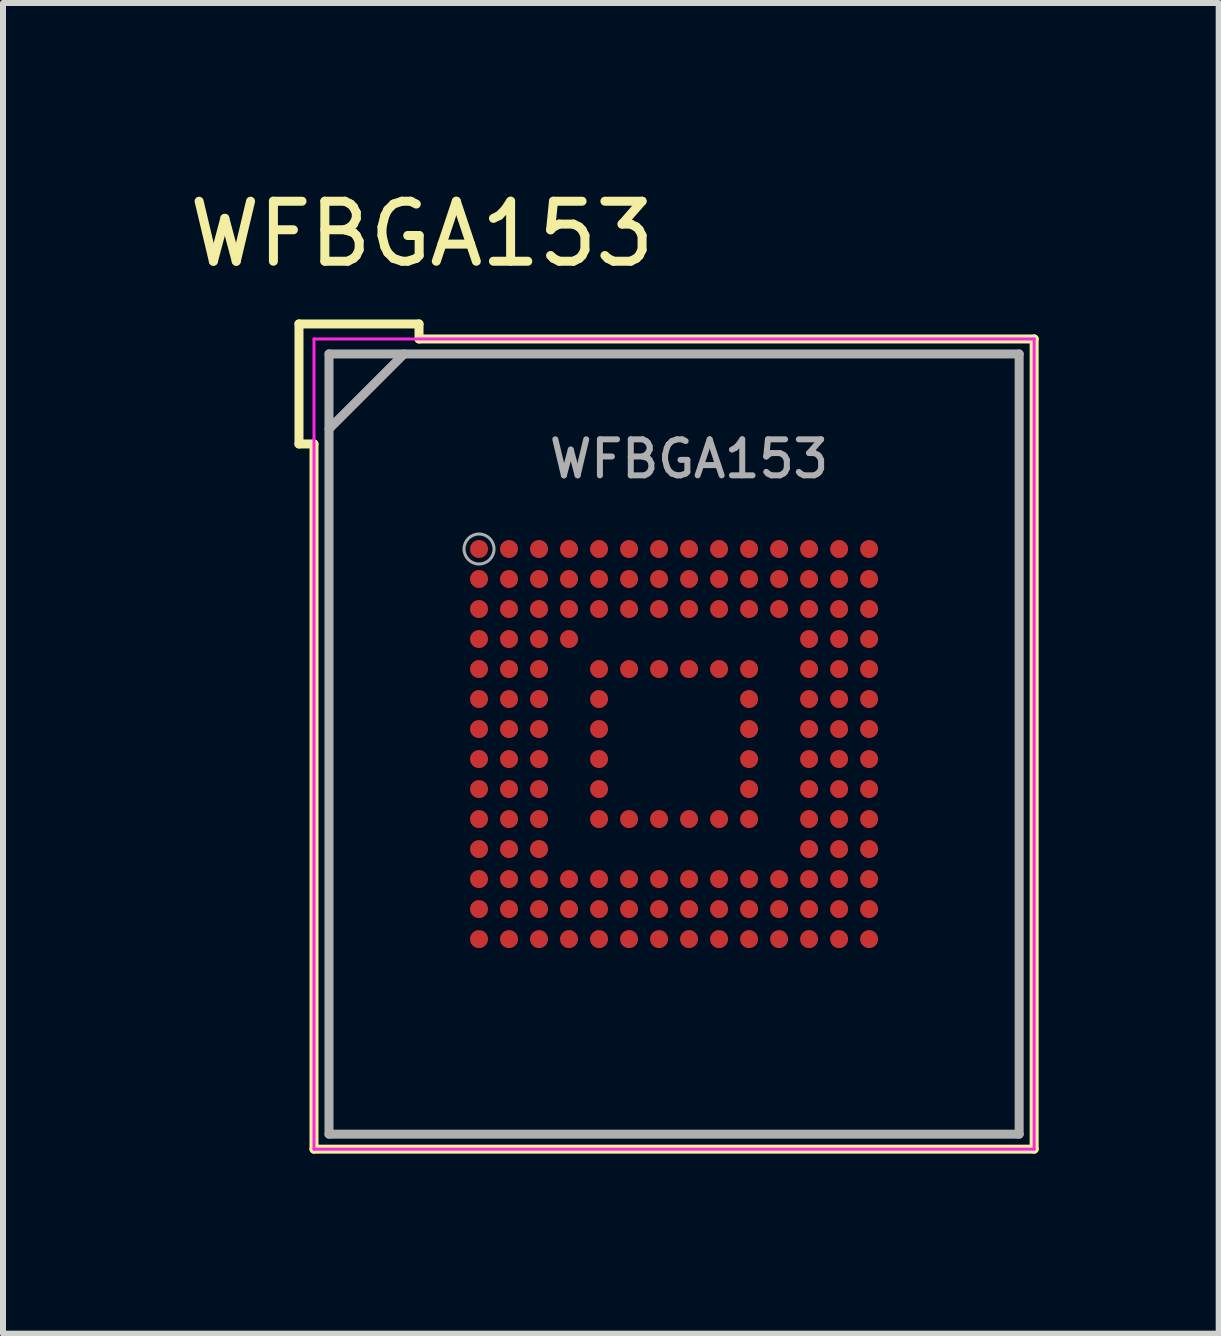
<source format=kicad_pcb>
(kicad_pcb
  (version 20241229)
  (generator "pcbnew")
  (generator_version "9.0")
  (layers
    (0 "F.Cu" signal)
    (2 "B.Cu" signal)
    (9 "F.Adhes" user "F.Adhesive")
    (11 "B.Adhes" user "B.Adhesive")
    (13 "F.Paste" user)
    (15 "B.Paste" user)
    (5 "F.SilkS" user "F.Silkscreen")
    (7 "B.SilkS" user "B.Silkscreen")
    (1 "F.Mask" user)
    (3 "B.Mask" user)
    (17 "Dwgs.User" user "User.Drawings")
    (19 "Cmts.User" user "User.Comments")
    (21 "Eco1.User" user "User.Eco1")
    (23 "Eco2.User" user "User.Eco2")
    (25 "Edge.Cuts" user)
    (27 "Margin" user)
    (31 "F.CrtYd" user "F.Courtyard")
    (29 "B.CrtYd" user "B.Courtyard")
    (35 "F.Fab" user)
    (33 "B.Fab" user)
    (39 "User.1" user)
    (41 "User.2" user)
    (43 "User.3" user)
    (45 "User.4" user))
  (footprint "WFBGA153"
    (layer "F.Cu")
    (at 8.182 9.348)
    (property "Reference" "WFBGA153" (at -4.2 -8.5 0) (layer "F.SilkS") (effects (font (size 1 1) (thickness 0.15))))
    (attr smd)
    (fp_line (start -6.25 -7) (end -6.25 -5) (stroke (width 0.15) (type solid)) (layer "F.SilkS"))
    (fp_line (start -6 -5) (end -6.25 -5) (stroke (width 0.15) (type solid)) (layer "F.SilkS"))
    (fp_line (start -6 -5) (end -6 6.75) (stroke (width 0.15) (type solid)) (layer "F.SilkS"))
    (fp_line (start -6 6.75) (end 6 6.75) (stroke (width 0.15) (type solid)) (layer "F.SilkS"))
    (fp_line (start -4.25 -7) (end -6.25 -7) (stroke (width 0.15) (type solid)) (layer "F.SilkS"))
    (fp_line (start -4.25 -6.75) (end -4.25 -7) (stroke (width 0.15) (type solid)) (layer "F.SilkS"))
    (fp_line (start 6 -6.75) (end -4.25 -6.75) (stroke (width 0.15) (type solid)) (layer "F.SilkS"))
    (fp_line (start 6 -6.75) (end 6 6.75) (stroke (width 0.15) (type solid)) (layer "F.SilkS"))
    (fp_line (start -6 -6.75) (end 6 -6.75) (stroke (width 0.05) (type solid)) (layer "F.CrtYd"))
    (fp_line (start -6 6.75) (end -6 -6.75) (stroke (width 0.05) (type solid)) (layer "F.CrtYd"))
    (fp_line (start 6 -6.75) (end 6 6.75) (stroke (width 0.05) (type solid)) (layer "F.CrtYd"))
    (fp_line (start 6 6.75) (end -6 6.75) (stroke (width 0.05) (type solid)) (layer "F.CrtYd"))
    (fp_line (start -5.75 -6.5) (end -5.75 6.5) (stroke (width 0.15) (type solid)) (layer "F.Fab"))
    (fp_line (start -5.75 -5.25) (end -4.5 -6.5) (stroke (width 0.15) (type solid)) (layer "F.Fab"))
    (fp_line (start -5.75 6.5) (end 5.75 6.5) (stroke (width 0.15) (type solid)) (layer "F.Fab"))
    (fp_line (start 5.75 -6.5) (end -5.75 -6.5) (stroke (width 0.15) (type solid)) (layer "F.Fab"))
    (fp_line (start 5.75 -6.5) (end 5.75 6.5) (stroke (width 0.15) (type solid)) (layer "F.Fab"))
    (fp_circle (center -3.25 -3.25) (end -3.5 -3.25) (stroke (width 0.05) (type solid)) (fill no) (layer "F.Fab"))
    (fp_text user "${REFERENCE}" (at 0.25 -4.75 0) (layer "F.Fab") (effects (font (size 0.6 0.6) (thickness 0.1))))
    (pad "A1" smd circle (at -3.25 -3.25) (size 0.3 0.3) (layers "F.Cu" "F.Mask" "F.Paste"))
    (pad "A2" smd circle (at -2.75 -3.25) (size 0.3 0.3) (layers "F.Cu" "F.Mask" "F.Paste"))
    (pad "A3" smd circle (at -2.25 -3.25) (size 0.3 0.3) (layers "F.Cu" "F.Mask" "F.Paste"))
    (pad "A4" smd circle (at -1.75 -3.25) (size 0.3 0.3) (layers "F.Cu" "F.Mask" "F.Paste"))
    (pad "A5" smd circle (at -1.25 -3.25) (size 0.3 0.3) (layers "F.Cu" "F.Mask" "F.Paste"))
    (pad "A6" smd circle (at -0.75 -3.25) (size 0.3 0.3) (layers "F.Cu" "F.Mask" "F.Paste"))
    (pad "A7" smd circle (at -0.25 -3.25) (size 0.3 0.3) (layers "F.Cu" "F.Mask" "F.Paste"))
    (pad "A8" smd circle (at 0.25 -3.25) (size 0.3 0.3) (layers "F.Cu" "F.Mask" "F.Paste"))
    (pad "A9" smd circle (at 0.75 -3.25) (size 0.3 0.3) (layers "F.Cu" "F.Mask" "F.Paste"))
    (pad "A10" smd circle (at 1.25 -3.25) (size 0.3 0.3) (layers "F.Cu" "F.Mask" "F.Paste"))
    (pad "A11" smd circle (at 1.75 -3.25) (size 0.3 0.3) (layers "F.Cu" "F.Mask" "F.Paste"))
    (pad "A12" smd circle (at 2.25 -3.25) (size 0.3 0.3) (layers "F.Cu" "F.Mask" "F.Paste"))
    (pad "A13" smd circle (at 2.75 -3.25) (size 0.3 0.3) (layers "F.Cu" "F.Mask" "F.Paste"))
    (pad "A14" smd circle (at 3.25 -3.25) (size 0.3 0.3) (layers "F.Cu" "F.Mask" "F.Paste"))
    (pad "B1" smd circle (at -3.25 -2.75) (size 0.3 0.3) (layers "F.Cu" "F.Mask" "F.Paste"))
    (pad "B2" smd circle (at -2.75 -2.75) (size 0.3 0.3) (layers "F.Cu" "F.Mask" "F.Paste"))
    (pad "B3" smd circle (at -2.25 -2.75) (size 0.3 0.3) (layers "F.Cu" "F.Mask" "F.Paste"))
    (pad "B4" smd circle (at -1.75 -2.75) (size 0.3 0.3) (layers "F.Cu" "F.Mask" "F.Paste"))
    (pad "B5" smd circle (at -1.25 -2.75) (size 0.3 0.3) (layers "F.Cu" "F.Mask" "F.Paste"))
    (pad "B6" smd circle (at -0.75 -2.75) (size 0.3 0.3) (layers "F.Cu" "F.Mask" "F.Paste"))
    (pad "B7" smd circle (at -0.25 -2.75) (size 0.3 0.3) (layers "F.Cu" "F.Mask" "F.Paste"))
    (pad "B8" smd circle (at 0.25 -2.75) (size 0.3 0.3) (layers "F.Cu" "F.Mask" "F.Paste"))
    (pad "B9" smd circle (at 0.75 -2.75) (size 0.3 0.3) (layers "F.Cu" "F.Mask" "F.Paste"))
    (pad "B10" smd circle (at 1.25 -2.75) (size 0.3 0.3) (layers "F.Cu" "F.Mask" "F.Paste"))
    (pad "B11" smd circle (at 1.75 -2.75) (size 0.3 0.3) (layers "F.Cu" "F.Mask" "F.Paste"))
    (pad "B12" smd circle (at 2.25 -2.75) (size 0.3 0.3) (layers "F.Cu" "F.Mask" "F.Paste"))
    (pad "B13" smd circle (at 2.75 -2.75) (size 0.3 0.3) (layers "F.Cu" "F.Mask" "F.Paste"))
    (pad "B14" smd circle (at 3.25 -2.75) (size 0.3 0.3) (layers "F.Cu" "F.Mask" "F.Paste"))
    (pad "C1" smd circle (at -3.25 -2.25) (size 0.3 0.3) (layers "F.Cu" "F.Mask" "F.Paste"))
    (pad "C2" smd circle (at -2.75 -2.25) (size 0.3 0.3) (layers "F.Cu" "F.Mask" "F.Paste"))
    (pad "C3" smd circle (at -2.25 -2.25) (size 0.3 0.3) (layers "F.Cu" "F.Mask" "F.Paste"))
    (pad "C4" smd circle (at -1.75 -2.25) (size 0.3 0.3) (layers "F.Cu" "F.Mask" "F.Paste"))
    (pad "C5" smd circle (at -1.25 -2.25) (size 0.3 0.3) (layers "F.Cu" "F.Mask" "F.Paste"))
    (pad "C6" smd circle (at -0.75 -2.25) (size 0.3 0.3) (layers "F.Cu" "F.Mask" "F.Paste"))
    (pad "C7" smd circle (at -0.25 -2.25) (size 0.3 0.3) (layers "F.Cu" "F.Mask" "F.Paste"))
    (pad "C8" smd circle (at 0.25 -2.25) (size 0.3 0.3) (layers "F.Cu" "F.Mask" "F.Paste"))
    (pad "C9" smd circle (at 0.75 -2.25) (size 0.3 0.3) (layers "F.Cu" "F.Mask" "F.Paste"))
    (pad "C10" smd circle (at 1.25 -2.25) (size 0.3 0.3) (layers "F.Cu" "F.Mask" "F.Paste"))
    (pad "C11" smd circle (at 1.75 -2.25) (size 0.3 0.3) (layers "F.Cu" "F.Mask" "F.Paste"))
    (pad "C12" smd circle (at 2.25 -2.25) (size 0.3 0.3) (layers "F.Cu" "F.Mask" "F.Paste"))
    (pad "C13" smd circle (at 2.75 -2.25) (size 0.3 0.3) (layers "F.Cu" "F.Mask" "F.Paste"))
    (pad "C14" smd circle (at 3.25 -2.25) (size 0.3 0.3) (layers "F.Cu" "F.Mask" "F.Paste"))
    (pad "D1" smd circle (at -3.25 -1.75) (size 0.3 0.3) (layers "F.Cu" "F.Mask" "F.Paste"))
    (pad "D2" smd circle (at -2.75 -1.75) (size 0.3 0.3) (layers "F.Cu" "F.Mask" "F.Paste"))
    (pad "D3" smd circle (at -2.25 -1.75) (size 0.3 0.3) (layers "F.Cu" "F.Mask" "F.Paste"))
    (pad "D4" smd circle (at -1.75 -1.75) (size 0.3 0.3) (layers "F.Cu" "F.Mask" "F.Paste"))
    (pad "D12" smd circle (at 2.25 -1.75) (size 0.3 0.3) (layers "F.Cu" "F.Mask" "F.Paste"))
    (pad "D13" smd circle (at 2.75 -1.75) (size 0.3 0.3) (layers "F.Cu" "F.Mask" "F.Paste"))
    (pad "D14" smd circle (at 3.25 -1.75) (size 0.3 0.3) (layers "F.Cu" "F.Mask" "F.Paste"))
    (pad "E1" smd circle (at -3.25 -1.25) (size 0.3 0.3) (layers "F.Cu" "F.Mask" "F.Paste"))
    (pad "E2" smd circle (at -2.75 -1.25) (size 0.3 0.3) (layers "F.Cu" "F.Mask" "F.Paste"))
    (pad "E3" smd circle (at -2.25 -1.25) (size 0.3 0.3) (layers "F.Cu" "F.Mask" "F.Paste"))
    (pad "E5" smd circle (at -1.25 -1.25) (size 0.3 0.3) (layers "F.Cu" "F.Mask" "F.Paste"))
    (pad "E6" smd circle (at -0.75 -1.25) (size 0.3 0.3) (layers "F.Cu" "F.Mask" "F.Paste"))
    (pad "E7" smd circle (at -0.25 -1.25) (size 0.3 0.3) (layers "F.Cu" "F.Mask" "F.Paste"))
    (pad "E8" smd circle (at 0.25 -1.25) (size 0.3 0.3) (layers "F.Cu" "F.Mask" "F.Paste"))
    (pad "E9" smd circle (at 0.75 -1.25) (size 0.3 0.3) (layers "F.Cu" "F.Mask" "F.Paste"))
    (pad "E10" smd circle (at 1.25 -1.25) (size 0.3 0.3) (layers "F.Cu" "F.Mask" "F.Paste"))
    (pad "E12" smd circle (at 2.25 -1.25) (size 0.3 0.3) (layers "F.Cu" "F.Mask" "F.Paste"))
    (pad "E13" smd circle (at 2.75 -1.25) (size 0.3 0.3) (layers "F.Cu" "F.Mask" "F.Paste"))
    (pad "E14" smd circle (at 3.25 -1.25) (size 0.3 0.3) (layers "F.Cu" "F.Mask" "F.Paste"))
    (pad "F1" smd circle (at -3.25 -0.75) (size 0.3 0.3) (layers "F.Cu" "F.Mask" "F.Paste"))
    (pad "F2" smd circle (at -2.75 -0.75) (size 0.3 0.3) (layers "F.Cu" "F.Mask" "F.Paste"))
    (pad "F3" smd circle (at -2.25 -0.75) (size 0.3 0.3) (layers "F.Cu" "F.Mask" "F.Paste"))
    (pad "F5" smd circle (at -1.25 -0.75) (size 0.3 0.3) (layers "F.Cu" "F.Mask" "F.Paste"))
    (pad "F10" smd circle (at 1.25 -0.75) (size 0.3 0.3) (layers "F.Cu" "F.Mask" "F.Paste"))
    (pad "F12" smd circle (at 2.25 -0.75) (size 0.3 0.3) (layers "F.Cu" "F.Mask" "F.Paste"))
    (pad "F13" smd circle (at 2.75 -0.75) (size 0.3 0.3) (layers "F.Cu" "F.Mask" "F.Paste"))
    (pad "F14" smd circle (at 3.25 -0.75) (size 0.3 0.3) (layers "F.Cu" "F.Mask" "F.Paste"))
    (pad "G1" smd circle (at -3.25 -0.25) (size 0.3 0.3) (layers "F.Cu" "F.Mask" "F.Paste"))
    (pad "G2" smd circle (at -2.75 -0.25) (size 0.3 0.3) (layers "F.Cu" "F.Mask" "F.Paste"))
    (pad "G3" smd circle (at -2.25 -0.25) (size 0.3 0.3) (layers "F.Cu" "F.Mask" "F.Paste"))
    (pad "G5" smd circle (at -1.25 -0.25) (size 0.3 0.3) (layers "F.Cu" "F.Mask" "F.Paste"))
    (pad "G10" smd circle (at 1.25 -0.25) (size 0.3 0.3) (layers "F.Cu" "F.Mask" "F.Paste"))
    (pad "G12" smd circle (at 2.25 -0.25) (size 0.3 0.3) (layers "F.Cu" "F.Mask" "F.Paste"))
    (pad "G13" smd circle (at 2.75 -0.25) (size 0.3 0.3) (layers "F.Cu" "F.Mask" "F.Paste"))
    (pad "G14" smd circle (at 3.25 -0.25) (size 0.3 0.3) (layers "F.Cu" "F.Mask" "F.Paste"))
    (pad "H1" smd circle (at -3.25 0.25) (size 0.3 0.3) (layers "F.Cu" "F.Mask" "F.Paste"))
    (pad "H2" smd circle (at -2.75 0.25) (size 0.3 0.3) (layers "F.Cu" "F.Mask" "F.Paste"))
    (pad "H3" smd circle (at -2.25 0.25) (size 0.3 0.3) (layers "F.Cu" "F.Mask" "F.Paste"))
    (pad "H5" smd circle (at -1.25 0.25) (size 0.3 0.3) (layers "F.Cu" "F.Mask" "F.Paste"))
    (pad "H10" smd circle (at 1.25 0.25) (size 0.3 0.3) (layers "F.Cu" "F.Mask" "F.Paste"))
    (pad "H12" smd circle (at 2.25 0.25) (size 0.3 0.3) (layers "F.Cu" "F.Mask" "F.Paste"))
    (pad "H13" smd circle (at 2.75 0.25) (size 0.3 0.3) (layers "F.Cu" "F.Mask" "F.Paste"))
    (pad "H14" smd circle (at 3.25 0.25) (size 0.3 0.3) (layers "F.Cu" "F.Mask" "F.Paste"))
    (pad "J1" smd circle (at -3.25 0.75) (size 0.3 0.3) (layers "F.Cu" "F.Mask" "F.Paste"))
    (pad "J2" smd circle (at -2.75 0.75) (size 0.3 0.3) (layers "F.Cu" "F.Mask" "F.Paste"))
    (pad "J3" smd circle (at -2.25 0.75) (size 0.3 0.3) (layers "F.Cu" "F.Mask" "F.Paste"))
    (pad "J5" smd circle (at -1.25 0.75) (size 0.3 0.3) (layers "F.Cu" "F.Mask" "F.Paste"))
    (pad "J10" smd circle (at 1.25 0.75) (size 0.3 0.3) (layers "F.Cu" "F.Mask" "F.Paste"))
    (pad "J12" smd circle (at 2.25 0.75) (size 0.3 0.3) (layers "F.Cu" "F.Mask" "F.Paste"))
    (pad "J13" smd circle (at 2.75 0.75) (size 0.3 0.3) (layers "F.Cu" "F.Mask" "F.Paste"))
    (pad "J14" smd circle (at 3.25 0.75) (size 0.3 0.3) (layers "F.Cu" "F.Mask" "F.Paste"))
    (pad "K1" smd circle (at -3.25 1.25) (size 0.3 0.3) (layers "F.Cu" "F.Mask" "F.Paste"))
    (pad "K2" smd circle (at -2.75 1.25) (size 0.3 0.3) (layers "F.Cu" "F.Mask" "F.Paste"))
    (pad "K3" smd circle (at -2.25 1.25) (size 0.3 0.3) (layers "F.Cu" "F.Mask" "F.Paste"))
    (pad "K5" smd circle (at -1.25 1.25) (size 0.3 0.3) (layers "F.Cu" "F.Mask" "F.Paste"))
    (pad "K6" smd circle (at -0.75 1.25) (size 0.3 0.3) (layers "F.Cu" "F.Mask" "F.Paste"))
    (pad "K7" smd circle (at -0.25 1.25) (size 0.3 0.3) (layers "F.Cu" "F.Mask" "F.Paste"))
    (pad "K8" smd circle (at 0.25 1.25) (size 0.3 0.3) (layers "F.Cu" "F.Mask" "F.Paste"))
    (pad "K9" smd circle (at 0.75 1.25) (size 0.3 0.3) (layers "F.Cu" "F.Mask" "F.Paste"))
    (pad "K10" smd circle (at 1.25 1.25) (size 0.3 0.3) (layers "F.Cu" "F.Mask" "F.Paste"))
    (pad "K12" smd circle (at 2.25 1.25) (size 0.3 0.3) (layers "F.Cu" "F.Mask" "F.Paste"))
    (pad "K13" smd circle (at 2.75 1.25) (size 0.3 0.3) (layers "F.Cu" "F.Mask" "F.Paste"))
    (pad "K14" smd circle (at 3.25 1.25) (size 0.3 0.3) (layers "F.Cu" "F.Mask" "F.Paste"))
    (pad "L1" smd circle (at -3.25 1.75) (size 0.3 0.3) (layers "F.Cu" "F.Mask" "F.Paste"))
    (pad "L2" smd circle (at -2.75 1.75) (size 0.3 0.3) (layers "F.Cu" "F.Mask" "F.Paste"))
    (pad "L3" smd circle (at -2.25 1.75) (size 0.3 0.3) (layers "F.Cu" "F.Mask" "F.Paste"))
    (pad "L12" smd circle (at 2.25 1.75) (size 0.3 0.3) (layers "F.Cu" "F.Mask" "F.Paste"))
    (pad "L13" smd circle (at 2.75 1.75) (size 0.3 0.3) (layers "F.Cu" "F.Mask" "F.Paste"))
    (pad "L14" smd circle (at 3.25 1.75) (size 0.3 0.3) (layers "F.Cu" "F.Mask" "F.Paste"))
    (pad "M1" smd circle (at -3.25 2.25) (size 0.3 0.3) (layers "F.Cu" "F.Mask" "F.Paste"))
    (pad "M2" smd circle (at -2.75 2.25) (size 0.3 0.3) (layers "F.Cu" "F.Mask" "F.Paste"))
    (pad "M3" smd circle (at -2.25 2.25) (size 0.3 0.3) (layers "F.Cu" "F.Mask" "F.Paste"))
    (pad "M4" smd circle (at -1.75 2.25) (size 0.3 0.3) (layers "F.Cu" "F.Mask" "F.Paste"))
    (pad "M5" smd circle (at -1.25 2.25) (size 0.3 0.3) (layers "F.Cu" "F.Mask" "F.Paste"))
    (pad "M6" smd circle (at -0.75 2.25) (size 0.3 0.3) (layers "F.Cu" "F.Mask" "F.Paste"))
    (pad "M7" smd circle (at -0.25 2.25) (size 0.3 0.3) (layers "F.Cu" "F.Mask" "F.Paste"))
    (pad "M8" smd circle (at 0.25 2.25) (size 0.3 0.3) (layers "F.Cu" "F.Mask" "F.Paste"))
    (pad "M9" smd circle (at 0.75 2.25) (size 0.3 0.3) (layers "F.Cu" "F.Mask" "F.Paste"))
    (pad "M10" smd circle (at 1.25 2.25) (size 0.3 0.3) (layers "F.Cu" "F.Mask" "F.Paste"))
    (pad "M11" smd circle (at 1.75 2.25) (size 0.3 0.3) (layers "F.Cu" "F.Mask" "F.Paste"))
    (pad "M12" smd circle (at 2.25 2.25) (size 0.3 0.3) (layers "F.Cu" "F.Mask" "F.Paste"))
    (pad "M13" smd circle (at 2.75 2.25) (size 0.3 0.3) (layers "F.Cu" "F.Mask" "F.Paste"))
    (pad "M14" smd circle (at 3.25 2.25) (size 0.3 0.3) (layers "F.Cu" "F.Mask" "F.Paste"))
    (pad "N1" smd circle (at -3.25 2.75) (size 0.3 0.3) (layers "F.Cu" "F.Mask" "F.Paste"))
    (pad "N2" smd circle (at -2.75 2.75) (size 0.3 0.3) (layers "F.Cu" "F.Mask" "F.Paste"))
    (pad "N3" smd circle (at -2.25 2.75) (size 0.3 0.3) (layers "F.Cu" "F.Mask" "F.Paste"))
    (pad "N4" smd circle (at -1.75 2.75) (size 0.3 0.3) (layers "F.Cu" "F.Mask" "F.Paste"))
    (pad "N5" smd circle (at -1.25 2.75) (size 0.3 0.3) (layers "F.Cu" "F.Mask" "F.Paste"))
    (pad "N6" smd circle (at -0.75 2.75) (size 0.3 0.3) (layers "F.Cu" "F.Mask" "F.Paste"))
    (pad "N7" smd circle (at -0.25 2.75) (size 0.3 0.3) (layers "F.Cu" "F.Mask" "F.Paste"))
    (pad "N8" smd circle (at 0.25 2.75) (size 0.3 0.3) (layers "F.Cu" "F.Mask" "F.Paste"))
    (pad "N9" smd circle (at 0.75 2.75) (size 0.3 0.3) (layers "F.Cu" "F.Mask" "F.Paste"))
    (pad "N10" smd circle (at 1.25 2.75) (size 0.3 0.3) (layers "F.Cu" "F.Mask" "F.Paste"))
    (pad "N11" smd circle (at 1.75 2.75) (size 0.3 0.3) (layers "F.Cu" "F.Mask" "F.Paste"))
    (pad "N12" smd circle (at 2.25 2.75) (size 0.3 0.3) (layers "F.Cu" "F.Mask" "F.Paste"))
    (pad "N13" smd circle (at 2.75 2.75) (size 0.3 0.3) (layers "F.Cu" "F.Mask" "F.Paste"))
    (pad "N14" smd circle (at 3.25 2.75) (size 0.3 0.3) (layers "F.Cu" "F.Mask" "F.Paste"))
    (pad "P1" smd circle (at -3.25 3.25) (size 0.3 0.3) (layers "F.Cu" "F.Mask" "F.Paste"))
    (pad "P2" smd circle (at -2.75 3.25) (size 0.3 0.3) (layers "F.Cu" "F.Mask" "F.Paste"))
    (pad "P3" smd circle (at -2.25 3.25) (size 0.3 0.3) (layers "F.Cu" "F.Mask" "F.Paste"))
    (pad "P4" smd circle (at -1.75 3.25) (size 0.3 0.3) (layers "F.Cu" "F.Mask" "F.Paste"))
    (pad "P5" smd circle (at -1.25 3.25) (size 0.3 0.3) (layers "F.Cu" "F.Mask" "F.Paste"))
    (pad "P6" smd circle (at -0.75 3.25) (size 0.3 0.3) (layers "F.Cu" "F.Mask" "F.Paste"))
    (pad "P7" smd circle (at -0.25 3.25) (size 0.3 0.3) (layers "F.Cu" "F.Mask" "F.Paste"))
    (pad "P8" smd circle (at 0.25 3.25) (size 0.3 0.3) (layers "F.Cu" "F.Mask" "F.Paste"))
    (pad "P9" smd circle (at 0.75 3.25) (size 0.3 0.3) (layers "F.Cu" "F.Mask" "F.Paste"))
    (pad "P10" smd circle (at 1.25 3.25) (size 0.3 0.3) (layers "F.Cu" "F.Mask" "F.Paste"))
    (pad "P11" smd circle (at 1.75 3.25) (size 0.3 0.3) (layers "F.Cu" "F.Mask" "F.Paste"))
    (pad "P12" smd circle (at 2.25 3.25) (size 0.3 0.3) (layers "F.Cu" "F.Mask" "F.Paste"))
    (pad "P13" smd circle (at 2.75 3.25) (size 0.3 0.3) (layers "F.Cu" "F.Mask" "F.Paste"))
    (pad "P14" smd circle (at 3.25 3.25) (size 0.3 0.3) (layers "F.Cu" "F.Mask" "F.Paste")))
  (gr_rect
    (start -3 -3)
    (end 17.257 19.173)
    (stroke (width 0.1) (type default))
    (fill no)
    (layer "Edge.Cuts")))
</source>
